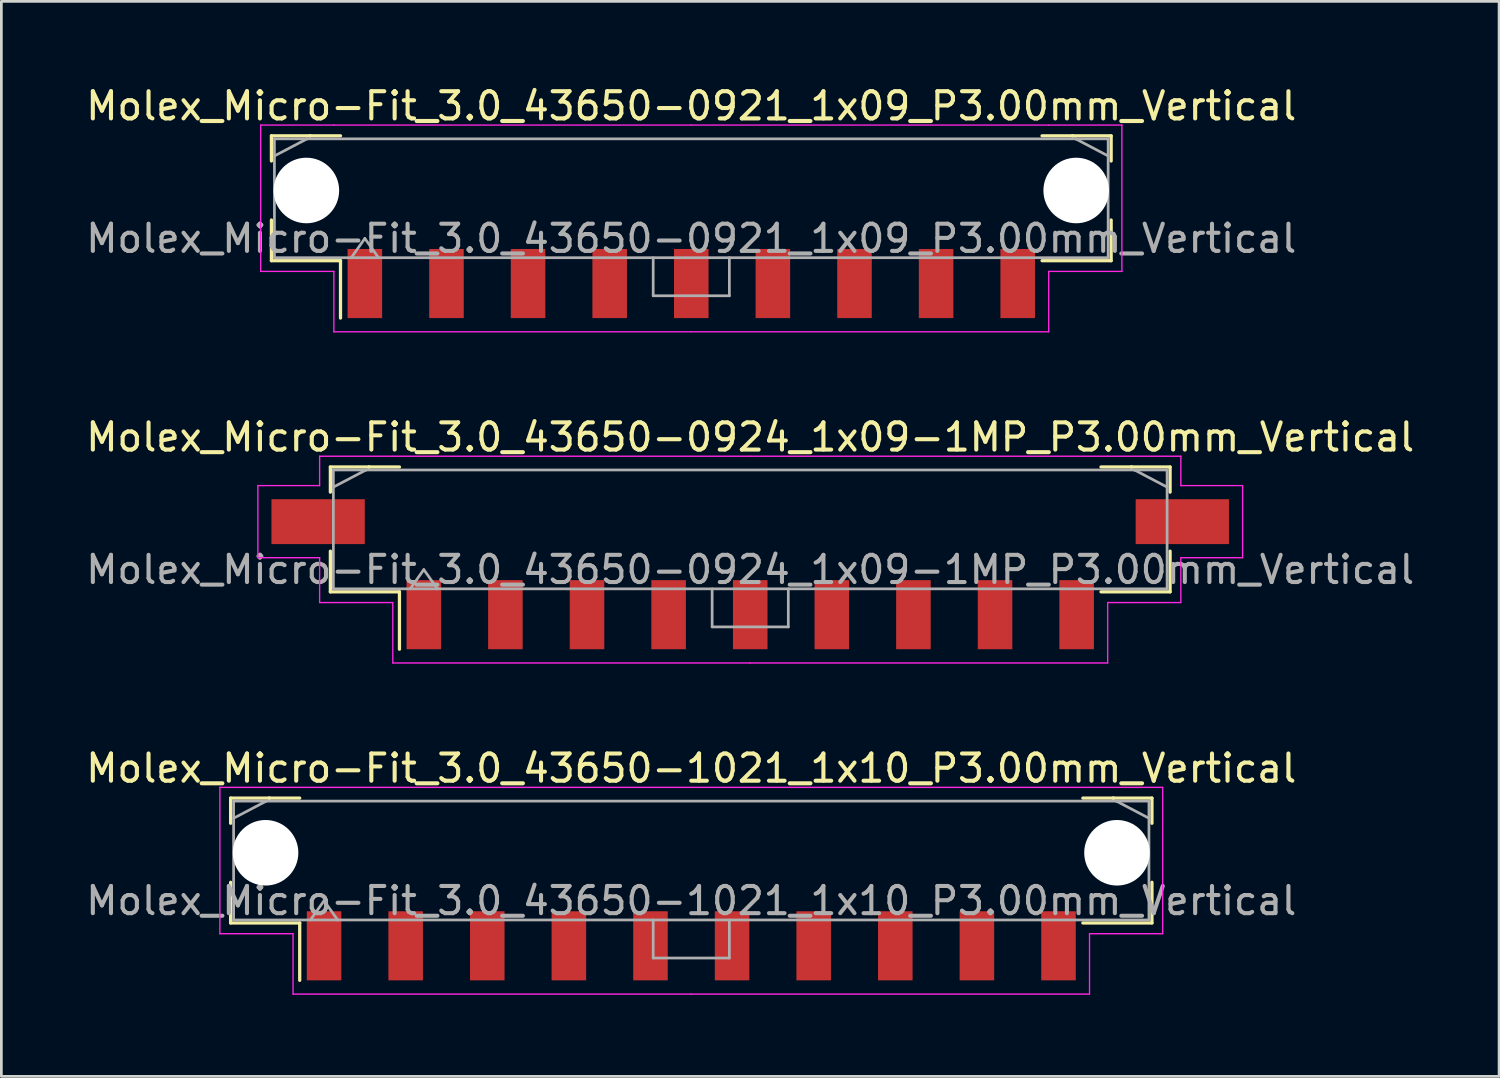
<source format=kicad_pcb>
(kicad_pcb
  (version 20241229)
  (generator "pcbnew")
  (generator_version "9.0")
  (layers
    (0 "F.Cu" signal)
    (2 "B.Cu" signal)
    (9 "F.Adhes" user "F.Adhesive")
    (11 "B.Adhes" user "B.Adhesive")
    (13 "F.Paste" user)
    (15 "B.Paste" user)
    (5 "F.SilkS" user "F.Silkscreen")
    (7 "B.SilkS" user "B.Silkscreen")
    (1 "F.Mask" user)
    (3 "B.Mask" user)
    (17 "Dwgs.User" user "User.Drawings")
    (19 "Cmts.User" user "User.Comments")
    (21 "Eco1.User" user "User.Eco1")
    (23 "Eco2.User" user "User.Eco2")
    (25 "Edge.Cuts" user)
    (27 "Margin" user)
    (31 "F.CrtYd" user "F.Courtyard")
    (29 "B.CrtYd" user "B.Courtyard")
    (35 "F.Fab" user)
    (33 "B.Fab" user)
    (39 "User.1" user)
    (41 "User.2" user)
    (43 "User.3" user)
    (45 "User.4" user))
  (footprint "Molex_Micro-Fit_3.0_43650-1021_1x10_P3.00mm_Vertical"
    (layer "F.Cu")
    (at 22.363 28.585)
    (property "Reference" "Molex_Micro-Fit_3.0_43650-1021_1x10_P3.00mm_Vertical" (at 0 -3.39 0) (layer "F.SilkS") (effects (font (size 1 1) (thickness 0.15))))
    (attr smd)
    (fp_line (start -16.935 -2.295) (end -15.515 -2.295) (stroke (width 0.12) (type solid)) (layer "F.SilkS"))
    (fp_line (start -16.935 -1.37) (end -16.935 -2.295) (stroke (width 0.12) (type solid)) (layer "F.SilkS"))
    (fp_line (start -16.935 0.8) (end -16.935 2.295) (stroke (width 0.12) (type solid)) (layer "F.SilkS"))
    (fp_line (start -16.935 2.295) (end -14.395 2.295) (stroke (width 0.12) (type solid)) (layer "F.SilkS"))
    (fp_line (start -15.515 -2.295) (end -15.515 -2.295) (stroke (width 0.12) (type solid)) (layer "F.SilkS"))
    (fp_line (start -15.515 -2.295) (end -14.395 -2.295) (stroke (width 0.12) (type solid)) (layer "F.SilkS"))
    (fp_line (start -14.395 2.295) (end -14.395 4.405) (stroke (width 0.12) (type solid)) (layer "F.SilkS"))
    (fp_line (start 15.515 -2.295) (end 14.395 -2.295) (stroke (width 0.12) (type solid)) (layer "F.SilkS"))
    (fp_line (start 15.515 -2.295) (end 15.515 -2.295) (stroke (width 0.12) (type solid)) (layer "F.SilkS"))
    (fp_line (start 16.935 -2.295) (end 15.515 -2.295) (stroke (width 0.12) (type solid)) (layer "F.SilkS"))
    (fp_line (start 16.935 -1.37) (end 16.935 -2.295) (stroke (width 0.12) (type solid)) (layer "F.SilkS"))
    (fp_line (start 16.935 0.8) (end 16.935 2.295) (stroke (width 0.12) (type solid)) (layer "F.SilkS"))
    (fp_line (start 16.935 2.295) (end 14.395 2.295) (stroke (width 0.12) (type solid)) (layer "F.SilkS"))
    (fp_line (start -17.33 -2.69) (end -17.33 2.69) (stroke (width 0.05) (type solid)) (layer "F.CrtYd"))
    (fp_line (start -17.33 2.69) (end -14.64 2.69) (stroke (width 0.05) (type solid)) (layer "F.CrtYd"))
    (fp_line (start -14.64 -2.69) (end -17.33 -2.69) (stroke (width 0.05) (type solid)) (layer "F.CrtYd"))
    (fp_line (start -14.64 2.69) (end -14.64 4.91) (stroke (width 0.05) (type solid)) (layer "F.CrtYd"))
    (fp_line (start -14.64 4.91) (end 0 4.91) (stroke (width 0.05) (type solid)) (layer "F.CrtYd"))
    (fp_line (start 0 -2.69) (end -14.64 -2.69) (stroke (width 0.05) (type solid)) (layer "F.CrtYd"))
    (fp_line (start 0 -2.69) (end 14.64 -2.69) (stroke (width 0.05) (type solid)) (layer "F.CrtYd"))
    (fp_line (start 14.64 -2.69) (end 17.33 -2.69) (stroke (width 0.05) (type solid)) (layer "F.CrtYd"))
    (fp_line (start 14.64 2.69) (end 14.64 4.91) (stroke (width 0.05) (type solid)) (layer "F.CrtYd"))
    (fp_line (start 14.64 4.91) (end 0 4.91) (stroke (width 0.05) (type solid)) (layer "F.CrtYd"))
    (fp_line (start 17.33 -2.69) (end 17.33 2.69) (stroke (width 0.05) (type solid)) (layer "F.CrtYd"))
    (fp_line (start 17.33 2.69) (end 14.64 2.69) (stroke (width 0.05) (type solid)) (layer "F.CrtYd"))
    (fp_line (start -16.825 -2.185) (end -16.825 2.185) (stroke (width 0.1) (type solid)) (layer "F.Fab"))
    (fp_line (start -16.825 -1.555) (end -15.625 -2.185) (stroke (width 0.1) (type solid)) (layer "F.Fab"))
    (fp_line (start -16.825 2.185) (end 16.825 2.185) (stroke (width 0.1) (type solid)) (layer "F.Fab"))
    (fp_line (start -15.625 -2.185) (end -16.825 -2.185) (stroke (width 0.1) (type solid)) (layer "F.Fab"))
    (fp_line (start -15.625 -2.185) (end -15.625 -2.185) (stroke (width 0.1) (type solid)) (layer "F.Fab"))
    (fp_line (start -14 2.185) (end -13.5 1.478) (stroke (width 0.1) (type solid)) (layer "F.Fab"))
    (fp_line (start -13.5 1.478) (end -13 2.185) (stroke (width 0.1) (type solid)) (layer "F.Fab"))
    (fp_line (start -1.4 2.185) (end -1.4 3.585) (stroke (width 0.1) (type solid)) (layer "F.Fab"))
    (fp_line (start -1.4 3.585) (end 1.4 3.585) (stroke (width 0.1) (type solid)) (layer "F.Fab"))
    (fp_line (start 1.4 3.585) (end 1.4 2.185) (stroke (width 0.1) (type solid)) (layer "F.Fab"))
    (fp_line (start 15.625 -2.185) (end -15.625 -2.185) (stroke (width 0.1) (type solid)) (layer "F.Fab"))
    (fp_line (start 15.625 -2.185) (end 15.625 -2.185) (stroke (width 0.1) (type solid)) (layer "F.Fab"))
    (fp_line (start 16.825 -2.185) (end 15.625 -2.185) (stroke (width 0.1) (type solid)) (layer "F.Fab"))
    (fp_line (start 16.825 -1.555) (end 15.625 -2.185) (stroke (width 0.1) (type solid)) (layer "F.Fab"))
    (fp_line (start 16.825 2.185) (end 16.825 -2.185) (stroke (width 0.1) (type solid)) (layer "F.Fab"))
    (fp_text user "${REFERENCE}" (at 0 1.48 0) (layer "F.Fab") (effects (font (size 1 1) (thickness 0.15))))
    (pad "" np_thru_hole circle (at -15.65 -0.285) (size 2.41 2.41) (drill 2.41) (layers "*.Cu" "*.Mask"))
    (pad "" np_thru_hole circle (at 15.65 -0.285) (size 2.41 2.41) (drill 2.41) (layers "*.Cu" "*.Mask"))
    (pad "1" smd rect (at -13.5 3.135) (size 1.27 2.54) (layers "F.Cu" "F.Mask" "F.Paste"))
    (pad "2" smd rect (at -10.5 3.135) (size 1.27 2.54) (layers "F.Cu" "F.Mask" "F.Paste"))
    (pad "3" smd rect (at -7.5 3.135) (size 1.27 2.54) (layers "F.Cu" "F.Mask" "F.Paste"))
    (pad "4" smd rect (at -4.5 3.135) (size 1.27 2.54) (layers "F.Cu" "F.Mask" "F.Paste"))
    (pad "5" smd rect (at -1.5 3.135) (size 1.27 2.54) (layers "F.Cu" "F.Mask" "F.Paste"))
    (pad "6" smd rect (at 1.5 3.135) (size 1.27 2.54) (layers "F.Cu" "F.Mask" "F.Paste"))
    (pad "7" smd rect (at 4.5 3.135) (size 1.27 2.54) (layers "F.Cu" "F.Mask" "F.Paste"))
    (pad "8" smd rect (at 7.5 3.135) (size 1.27 2.54) (layers "F.Cu" "F.Mask" "F.Paste"))
    (pad "9" smd rect (at 10.5 3.135) (size 1.27 2.54) (layers "F.Cu" "F.Mask" "F.Paste"))
    (pad "10" smd rect (at 13.5 3.135) (size 1.27 2.54) (layers "F.Cu" "F.Mask" "F.Paste")))
  (footprint "Molex_Micro-Fit_3.0_43650-0924_1x09-1MP_P3.00mm_Vertical"
    (layer "F.Cu")
    (at 24.53 16.412)
    (property "Reference" "Molex_Micro-Fit_3.0_43650-0924_1x09-1MP_P3.00mm_Vertical" (at 0 -3.39 0) (layer "F.SilkS") (effects (font (size 1 1) (thickness 0.15))))
    (attr smd)
    (fp_line (start -15.435 -2.295) (end -14.015 -2.295) (stroke (width 0.12) (type solid)) (layer "F.SilkS"))
    (fp_line (start -15.435 -1.37) (end -15.435 -2.295) (stroke (width 0.12) (type solid)) (layer "F.SilkS"))
    (fp_line (start -15.435 0.8) (end -15.435 2.295) (stroke (width 0.12) (type solid)) (layer "F.SilkS"))
    (fp_line (start -15.435 2.295) (end -12.895 2.295) (stroke (width 0.12) (type solid)) (layer "F.SilkS"))
    (fp_line (start -14.015 -2.295) (end -14.015 -2.295) (stroke (width 0.12) (type solid)) (layer "F.SilkS"))
    (fp_line (start -14.015 -2.295) (end -12.895 -2.295) (stroke (width 0.12) (type solid)) (layer "F.SilkS"))
    (fp_line (start -12.895 2.295) (end -12.895 4.405) (stroke (width 0.12) (type solid)) (layer "F.SilkS"))
    (fp_line (start 14.015 -2.295) (end 12.895 -2.295) (stroke (width 0.12) (type solid)) (layer "F.SilkS"))
    (fp_line (start 14.015 -2.295) (end 14.015 -2.295) (stroke (width 0.12) (type solid)) (layer "F.SilkS"))
    (fp_line (start 15.435 -2.295) (end 14.015 -2.295) (stroke (width 0.12) (type solid)) (layer "F.SilkS"))
    (fp_line (start 15.435 -1.37) (end 15.435 -2.295) (stroke (width 0.12) (type solid)) (layer "F.SilkS"))
    (fp_line (start 15.435 0.8) (end 15.435 2.295) (stroke (width 0.12) (type solid)) (layer "F.SilkS"))
    (fp_line (start 15.435 2.295) (end 12.895 2.295) (stroke (width 0.12) (type solid)) (layer "F.SilkS"))
    (fp_line (start -18.1 -1.61) (end -18.1 1.04) (stroke (width 0.05) (type solid)) (layer "F.CrtYd"))
    (fp_line (start -18.1 1.04) (end -15.83 1.04) (stroke (width 0.05) (type solid)) (layer "F.CrtYd"))
    (fp_line (start -15.83 -2.69) (end -15.83 -1.61) (stroke (width 0.05) (type solid)) (layer "F.CrtYd"))
    (fp_line (start -15.83 -1.61) (end -18.1 -1.61) (stroke (width 0.05) (type solid)) (layer "F.CrtYd"))
    (fp_line (start -15.83 1.04) (end -15.83 2.69) (stroke (width 0.05) (type solid)) (layer "F.CrtYd"))
    (fp_line (start -15.83 2.69) (end -13.14 2.69) (stroke (width 0.05) (type solid)) (layer "F.CrtYd"))
    (fp_line (start -13.14 -2.69) (end -15.83 -2.69) (stroke (width 0.05) (type solid)) (layer "F.CrtYd"))
    (fp_line (start -13.14 2.69) (end -13.14 4.91) (stroke (width 0.05) (type solid)) (layer "F.CrtYd"))
    (fp_line (start -13.14 4.91) (end 0 4.91) (stroke (width 0.05) (type solid)) (layer "F.CrtYd"))
    (fp_line (start 0 -2.69) (end -13.14 -2.69) (stroke (width 0.05) (type solid)) (layer "F.CrtYd"))
    (fp_line (start 0 -2.69) (end 13.14 -2.69) (stroke (width 0.05) (type solid)) (layer "F.CrtYd"))
    (fp_line (start 13.14 -2.69) (end 15.83 -2.69) (stroke (width 0.05) (type solid)) (layer "F.CrtYd"))
    (fp_line (start 13.14 2.69) (end 13.14 4.91) (stroke (width 0.05) (type solid)) (layer "F.CrtYd"))
    (fp_line (start 13.14 4.91) (end 0 4.91) (stroke (width 0.05) (type solid)) (layer "F.CrtYd"))
    (fp_line (start 15.83 -2.69) (end 15.83 -1.61) (stroke (width 0.05) (type solid)) (layer "F.CrtYd"))
    (fp_line (start 15.83 -1.61) (end 18.1 -1.61) (stroke (width 0.05) (type solid)) (layer "F.CrtYd"))
    (fp_line (start 15.83 1.04) (end 15.83 2.69) (stroke (width 0.05) (type solid)) (layer "F.CrtYd"))
    (fp_line (start 15.83 2.69) (end 13.14 2.69) (stroke (width 0.05) (type solid)) (layer "F.CrtYd"))
    (fp_line (start 18.1 -1.61) (end 18.1 1.04) (stroke (width 0.05) (type solid)) (layer "F.CrtYd"))
    (fp_line (start 18.1 1.04) (end 15.83 1.04) (stroke (width 0.05) (type solid)) (layer "F.CrtYd"))
    (fp_line (start -15.325 -2.185) (end -15.325 2.185) (stroke (width 0.1) (type solid)) (layer "F.Fab"))
    (fp_line (start -15.325 -1.555) (end -14.125 -2.185) (stroke (width 0.1) (type solid)) (layer "F.Fab"))
    (fp_line (start -15.325 2.185) (end 15.325 2.185) (stroke (width 0.1) (type solid)) (layer "F.Fab"))
    (fp_line (start -14.125 -2.185) (end -15.325 -2.185) (stroke (width 0.1) (type solid)) (layer "F.Fab"))
    (fp_line (start -14.125 -2.185) (end -14.125 -2.185) (stroke (width 0.1) (type solid)) (layer "F.Fab"))
    (fp_line (start -12.5 2.185) (end -12 1.478) (stroke (width 0.1) (type solid)) (layer "F.Fab"))
    (fp_line (start -12 1.478) (end -11.5 2.185) (stroke (width 0.1) (type solid)) (layer "F.Fab"))
    (fp_line (start -1.4 2.185) (end -1.4 3.585) (stroke (width 0.1) (type solid)) (layer "F.Fab"))
    (fp_line (start -1.4 3.585) (end 1.4 3.585) (stroke (width 0.1) (type solid)) (layer "F.Fab"))
    (fp_line (start 1.4 3.585) (end 1.4 2.185) (stroke (width 0.1) (type solid)) (layer "F.Fab"))
    (fp_line (start 14.125 -2.185) (end -14.125 -2.185) (stroke (width 0.1) (type solid)) (layer "F.Fab"))
    (fp_line (start 14.125 -2.185) (end 14.125 -2.185) (stroke (width 0.1) (type solid)) (layer "F.Fab"))
    (fp_line (start 15.325 -2.185) (end 14.125 -2.185) (stroke (width 0.1) (type solid)) (layer "F.Fab"))
    (fp_line (start 15.325 -1.555) (end 14.125 -2.185) (stroke (width 0.1) (type solid)) (layer "F.Fab"))
    (fp_line (start 15.325 2.185) (end 15.325 -2.185) (stroke (width 0.1) (type solid)) (layer "F.Fab"))
    (fp_text user "${REFERENCE}" (at 0 1.48 0) (layer "F.Fab") (effects (font (size 1 1) (thickness 0.15))))
    (pad "1" smd rect (at -12 3.135) (size 1.27 2.54) (layers "F.Cu" "F.Mask" "F.Paste"))
    (pad "2" smd rect (at -9 3.135) (size 1.27 2.54) (layers "F.Cu" "F.Mask" "F.Paste"))
    (pad "3" smd rect (at -6 3.135) (size 1.27 2.54) (layers "F.Cu" "F.Mask" "F.Paste"))
    (pad "4" smd rect (at -3 3.135) (size 1.27 2.54) (layers "F.Cu" "F.Mask" "F.Paste"))
    (pad "5" smd rect (at 0 3.135) (size 1.27 2.54) (layers "F.Cu" "F.Mask" "F.Paste"))
    (pad "6" smd rect (at 3 3.135) (size 1.27 2.54) (layers "F.Cu" "F.Mask" "F.Paste"))
    (pad "7" smd rect (at 6 3.135) (size 1.27 2.54) (layers "F.Cu" "F.Mask" "F.Paste"))
    (pad "8" smd rect (at 9 3.135) (size 1.27 2.54) (layers "F.Cu" "F.Mask" "F.Paste"))
    (pad "9" smd rect (at 12 3.135) (size 1.27 2.54) (layers "F.Cu" "F.Mask" "F.Paste"))
    (pad "MP" smd rect (at -15.885 -0.285) (size 3.43 1.65) (layers "F.Cu" "F.Mask" "F.Paste"))
    (pad "MP" smd rect (at 15.885 -0.285) (size 3.43 1.65) (layers "F.Cu" "F.Mask" "F.Paste")))
  (footprint "Molex_Micro-Fit_3.0_43650-0921_1x09_P3.00mm_Vertical"
    (layer "F.Cu")
    (at 22.363 4.238)
    (property "Reference" "Molex_Micro-Fit_3.0_43650-0921_1x09_P3.00mm_Vertical" (at 0 -3.39 0) (layer "F.SilkS") (effects (font (size 1 1) (thickness 0.15))))
    (attr smd)
    (fp_line (start -15.435 -2.295) (end -14.015 -2.295) (stroke (width 0.12) (type solid)) (layer "F.SilkS"))
    (fp_line (start -15.435 -1.37) (end -15.435 -2.295) (stroke (width 0.12) (type solid)) (layer "F.SilkS"))
    (fp_line (start -15.435 0.8) (end -15.435 2.295) (stroke (width 0.12) (type solid)) (layer "F.SilkS"))
    (fp_line (start -15.435 2.295) (end -12.895 2.295) (stroke (width 0.12) (type solid)) (layer "F.SilkS"))
    (fp_line (start -14.015 -2.295) (end -14.015 -2.295) (stroke (width 0.12) (type solid)) (layer "F.SilkS"))
    (fp_line (start -14.015 -2.295) (end -12.895 -2.295) (stroke (width 0.12) (type solid)) (layer "F.SilkS"))
    (fp_line (start -12.895 2.295) (end -12.895 4.405) (stroke (width 0.12) (type solid)) (layer "F.SilkS"))
    (fp_line (start 14.015 -2.295) (end 12.895 -2.295) (stroke (width 0.12) (type solid)) (layer "F.SilkS"))
    (fp_line (start 14.015 -2.295) (end 14.015 -2.295) (stroke (width 0.12) (type solid)) (layer "F.SilkS"))
    (fp_line (start 15.435 -2.295) (end 14.015 -2.295) (stroke (width 0.12) (type solid)) (layer "F.SilkS"))
    (fp_line (start 15.435 -1.37) (end 15.435 -2.295) (stroke (width 0.12) (type solid)) (layer "F.SilkS"))
    (fp_line (start 15.435 0.8) (end 15.435 2.295) (stroke (width 0.12) (type solid)) (layer "F.SilkS"))
    (fp_line (start 15.435 2.295) (end 12.895 2.295) (stroke (width 0.12) (type solid)) (layer "F.SilkS"))
    (fp_line (start -15.83 -2.69) (end -15.83 2.69) (stroke (width 0.05) (type solid)) (layer "F.CrtYd"))
    (fp_line (start -15.83 2.69) (end -13.14 2.69) (stroke (width 0.05) (type solid)) (layer "F.CrtYd"))
    (fp_line (start -13.14 -2.69) (end -15.83 -2.69) (stroke (width 0.05) (type solid)) (layer "F.CrtYd"))
    (fp_line (start -13.14 2.69) (end -13.14 4.91) (stroke (width 0.05) (type solid)) (layer "F.CrtYd"))
    (fp_line (start -13.14 4.91) (end 0 4.91) (stroke (width 0.05) (type solid)) (layer "F.CrtYd"))
    (fp_line (start 0 -2.69) (end -13.14 -2.69) (stroke (width 0.05) (type solid)) (layer "F.CrtYd"))
    (fp_line (start 0 -2.69) (end 13.14 -2.69) (stroke (width 0.05) (type solid)) (layer "F.CrtYd"))
    (fp_line (start 13.14 -2.69) (end 15.83 -2.69) (stroke (width 0.05) (type solid)) (layer "F.CrtYd"))
    (fp_line (start 13.14 2.69) (end 13.14 4.91) (stroke (width 0.05) (type solid)) (layer "F.CrtYd"))
    (fp_line (start 13.14 4.91) (end 0 4.91) (stroke (width 0.05) (type solid)) (layer "F.CrtYd"))
    (fp_line (start 15.83 -2.69) (end 15.83 2.69) (stroke (width 0.05) (type solid)) (layer "F.CrtYd"))
    (fp_line (start 15.83 2.69) (end 13.14 2.69) (stroke (width 0.05) (type solid)) (layer "F.CrtYd"))
    (fp_line (start -15.325 -2.185) (end -15.325 2.185) (stroke (width 0.1) (type solid)) (layer "F.Fab"))
    (fp_line (start -15.325 -1.555) (end -14.125 -2.185) (stroke (width 0.1) (type solid)) (layer "F.Fab"))
    (fp_line (start -15.325 2.185) (end 15.325 2.185) (stroke (width 0.1) (type solid)) (layer "F.Fab"))
    (fp_line (start -14.125 -2.185) (end -15.325 -2.185) (stroke (width 0.1) (type solid)) (layer "F.Fab"))
    (fp_line (start -14.125 -2.185) (end -14.125 -2.185) (stroke (width 0.1) (type solid)) (layer "F.Fab"))
    (fp_line (start -12.5 2.185) (end -12 1.478) (stroke (width 0.1) (type solid)) (layer "F.Fab"))
    (fp_line (start -12 1.478) (end -11.5 2.185) (stroke (width 0.1) (type solid)) (layer "F.Fab"))
    (fp_line (start -1.4 2.185) (end -1.4 3.585) (stroke (width 0.1) (type solid)) (layer "F.Fab"))
    (fp_line (start -1.4 3.585) (end 1.4 3.585) (stroke (width 0.1) (type solid)) (layer "F.Fab"))
    (fp_line (start 1.4 3.585) (end 1.4 2.185) (stroke (width 0.1) (type solid)) (layer "F.Fab"))
    (fp_line (start 14.125 -2.185) (end -14.125 -2.185) (stroke (width 0.1) (type solid)) (layer "F.Fab"))
    (fp_line (start 14.125 -2.185) (end 14.125 -2.185) (stroke (width 0.1) (type solid)) (layer "F.Fab"))
    (fp_line (start 15.325 -2.185) (end 14.125 -2.185) (stroke (width 0.1) (type solid)) (layer "F.Fab"))
    (fp_line (start 15.325 -1.555) (end 14.125 -2.185) (stroke (width 0.1) (type solid)) (layer "F.Fab"))
    (fp_line (start 15.325 2.185) (end 15.325 -2.185) (stroke (width 0.1) (type solid)) (layer "F.Fab"))
    (fp_text user "${REFERENCE}" (at 0 1.48 0) (layer "F.Fab") (effects (font (size 1 1) (thickness 0.15))))
    (pad "" np_thru_hole circle (at -14.15 -0.285) (size 2.41 2.41) (drill 2.41) (layers "*.Cu" "*.Mask"))
    (pad "" np_thru_hole circle (at 14.15 -0.285) (size 2.41 2.41) (drill 2.41) (layers "*.Cu" "*.Mask"))
    (pad "1" smd rect (at -12 3.135) (size 1.27 2.54) (layers "F.Cu" "F.Mask" "F.Paste"))
    (pad "2" smd rect (at -9 3.135) (size 1.27 2.54) (layers "F.Cu" "F.Mask" "F.Paste"))
    (pad "3" smd rect (at -6 3.135) (size 1.27 2.54) (layers "F.Cu" "F.Mask" "F.Paste"))
    (pad "4" smd rect (at -3 3.135) (size 1.27 2.54) (layers "F.Cu" "F.Mask" "F.Paste"))
    (pad "5" smd rect (at 0 3.135) (size 1.27 2.54) (layers "F.Cu" "F.Mask" "F.Paste"))
    (pad "6" smd rect (at 3 3.135) (size 1.27 2.54) (layers "F.Cu" "F.Mask" "F.Paste"))
    (pad "7" smd rect (at 6 3.135) (size 1.27 2.54) (layers "F.Cu" "F.Mask" "F.Paste"))
    (pad "8" smd rect (at 9 3.135) (size 1.27 2.54) (layers "F.Cu" "F.Mask" "F.Paste"))
    (pad "9" smd rect (at 12 3.135) (size 1.27 2.54) (layers "F.Cu" "F.Mask" "F.Paste")))
  (gr_rect
    (start -3 -3)
    (end 52.06 36.52)
    (stroke (width 0.1) (type default))
    (fill no)
    (layer "Edge.Cuts")))
</source>
